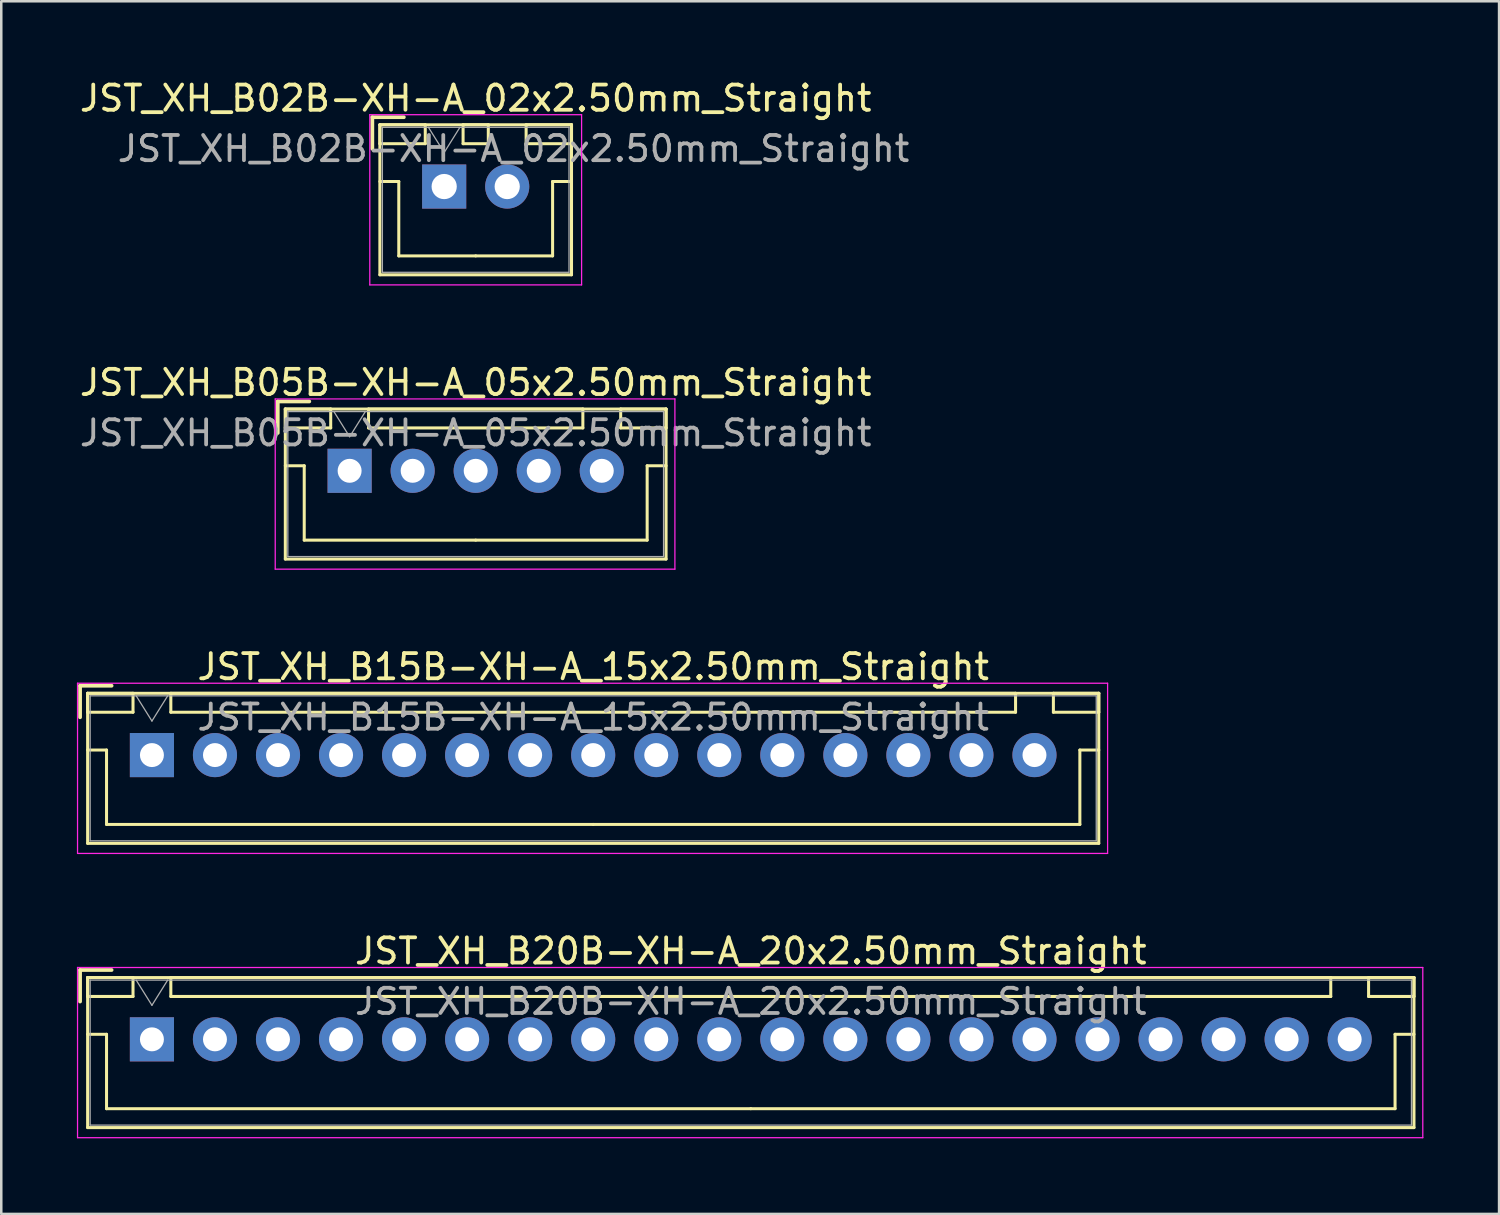
<source format=kicad_pcb>
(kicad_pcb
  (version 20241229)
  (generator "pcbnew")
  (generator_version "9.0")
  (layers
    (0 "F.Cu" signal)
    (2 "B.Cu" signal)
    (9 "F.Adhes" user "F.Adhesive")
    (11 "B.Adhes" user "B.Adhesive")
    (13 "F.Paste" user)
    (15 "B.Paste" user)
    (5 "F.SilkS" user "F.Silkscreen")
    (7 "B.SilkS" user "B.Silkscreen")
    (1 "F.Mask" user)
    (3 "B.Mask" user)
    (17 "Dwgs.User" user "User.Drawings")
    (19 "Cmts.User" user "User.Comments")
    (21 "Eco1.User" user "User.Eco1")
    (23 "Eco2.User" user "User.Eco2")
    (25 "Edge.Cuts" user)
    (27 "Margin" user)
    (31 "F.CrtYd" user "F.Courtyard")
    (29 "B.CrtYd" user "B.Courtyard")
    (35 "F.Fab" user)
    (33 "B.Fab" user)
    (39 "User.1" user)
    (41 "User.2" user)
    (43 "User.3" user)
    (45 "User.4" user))
  (footprint "JST_XH_B05B-XH-A_05x2.50mm_Straight"
    (layer "F.Cu")
    (at 10.815 15.621)
    (property "Reference" "JST_XH_B05B-XH-A_05x2.50mm_Straight" (at 5 -1.5 0) (layer "F.Fab") (effects (font (size 1 1) (thickness 0.15))))
    (attr through_hole)
    (fp_line (start -2.85 -2.75) (end -2.85 -1.5) (stroke (width 0.15) (type solid)) (layer "F.SilkS"))
    (fp_line (start -2.55 -2.45) (end -2.55 -1.7) (stroke (width 0.12) (type solid)) (layer "F.SilkS"))
    (fp_line (start -2.55 -2.45) (end -2.55 3.5) (stroke (width 0.12) (type solid)) (layer "F.SilkS"))
    (fp_line (start -2.55 -1.7) (end -0.75 -1.7) (stroke (width 0.12) (type solid)) (layer "F.SilkS"))
    (fp_line (start -2.55 -0.2) (end -1.8 -0.2) (stroke (width 0.12) (type solid)) (layer "F.SilkS"))
    (fp_line (start -2.55 3.5) (end 12.55 3.5) (stroke (width 0.12) (type solid)) (layer "F.SilkS"))
    (fp_line (start -1.8 -0.2) (end -1.8 2.75) (stroke (width 0.12) (type solid)) (layer "F.SilkS"))
    (fp_line (start -1.8 2.75) (end 5 2.75) (stroke (width 0.12) (type solid)) (layer "F.SilkS"))
    (fp_line (start -1.6 -2.75) (end -2.85 -2.75) (stroke (width 0.15) (type solid)) (layer "F.SilkS"))
    (fp_line (start -0.75 -2.45) (end -2.55 -2.45) (stroke (width 0.12) (type solid)) (layer "F.SilkS"))
    (fp_line (start -0.75 -1.7) (end -0.75 -2.45) (stroke (width 0.12) (type solid)) (layer "F.SilkS"))
    (fp_line (start 0.75 -2.45) (end 0.75 -1.7) (stroke (width 0.12) (type solid)) (layer "F.SilkS"))
    (fp_line (start 0.75 -1.7) (end 9.25 -1.7) (stroke (width 0.12) (type solid)) (layer "F.SilkS"))
    (fp_line (start 9.25 -2.45) (end 0.75 -2.45) (stroke (width 0.12) (type solid)) (layer "F.SilkS"))
    (fp_line (start 9.25 -1.7) (end 9.25 -2.45) (stroke (width 0.12) (type solid)) (layer "F.SilkS"))
    (fp_line (start 10.75 -2.45) (end 10.75 -1.7) (stroke (width 0.12) (type solid)) (layer "F.SilkS"))
    (fp_line (start 10.75 -1.7) (end 12.55 -1.7) (stroke (width 0.12) (type solid)) (layer "F.SilkS"))
    (fp_line (start 11.8 -0.2) (end 11.8 2.75) (stroke (width 0.12) (type solid)) (layer "F.SilkS"))
    (fp_line (start 11.8 2.75) (end 5 2.75) (stroke (width 0.12) (type solid)) (layer "F.SilkS"))
    (fp_line (start 12.55 -2.45) (end -2.55 -2.45) (stroke (width 0.12) (type solid)) (layer "F.SilkS"))
    (fp_line (start 12.55 -2.45) (end 10.75 -2.45) (stroke (width 0.12) (type solid)) (layer "F.SilkS"))
    (fp_line (start 12.55 -1.7) (end 12.55 -2.45) (stroke (width 0.12) (type solid)) (layer "F.SilkS"))
    (fp_line (start 12.55 -0.2) (end 11.8 -0.2) (stroke (width 0.12) (type solid)) (layer "F.SilkS"))
    (fp_line (start 12.55 3.5) (end 12.55 -2.45) (stroke (width 0.12) (type solid)) (layer "F.SilkS"))
    (fp_line (start -2.95 -2.85) (end -2.95 3.9) (stroke (width 0.05) (type solid)) (layer "F.CrtYd"))
    (fp_line (start -2.95 3.9) (end 12.9 3.9) (stroke (width 0.05) (type solid)) (layer "F.CrtYd"))
    (fp_line (start 12.9 -2.85) (end -2.95 -2.85) (stroke (width 0.05) (type solid)) (layer "F.CrtYd"))
    (fp_line (start 12.9 3.9) (end 12.9 -2.85) (stroke (width 0.05) (type solid)) (layer "F.CrtYd"))
    (fp_line (start -2.45 -2.35) (end -2.45 3.4) (stroke (width 0.05) (type solid)) (layer "F.Fab"))
    (fp_line (start -2.45 3.4) (end 12.45 3.4) (stroke (width 0.05) (type solid)) (layer "F.Fab"))
    (fp_line (start -0.625 -2.35) (end 0 -1.35) (stroke (width 0.05) (type solid)) (layer "F.Fab"))
    (fp_line (start 0 -1.35) (end 0.625 -2.35) (stroke (width 0.05) (type solid)) (layer "F.Fab"))
    (fp_line (start 12.45 -2.35) (end -2.45 -2.35) (stroke (width 0.05) (type solid)) (layer "F.Fab"))
    (fp_line (start 12.45 3.4) (end 12.45 -2.35) (stroke (width 0.05) (type solid)) (layer "F.Fab"))
    (fp_text user "${REFERENCE}" (at 5 -3.5 0) (layer "F.SilkS") (effects (font (size 1 1) (thickness 0.15))))
    (pad "1" thru_hole rect (at 0 0) (size 1.75 1.75) (drill 0.95) (layers "*.Cu" "*.Mask"))
    (pad "2" thru_hole circle (at 2.5 0) (size 1.75 1.75) (drill 0.95) (layers "*.Cu" "*.Mask"))
    (pad "3" thru_hole circle (at 5 0) (size 1.75 1.75) (drill 0.95) (layers "*.Cu" "*.Mask"))
    (pad "4" thru_hole circle (at 7.5 0) (size 1.75 1.75) (drill 0.95) (layers "*.Cu" "*.Mask"))
    (pad "5" thru_hole circle (at 10 0) (size 1.75 1.75) (drill 0.95) (layers "*.Cu" "*.Mask")))
  (footprint "JST_XH_B20B-XH-A_20x2.50mm_Straight"
    (layer "F.Cu")
    (at 2.975 38.168)
    (property "Reference" "JST_XH_B20B-XH-A_20x2.50mm_Straight" (at 23.75 -1.5 0) (layer "F.Fab") (effects (font (size 1 1) (thickness 0.15))))
    (attr through_hole)
    (fp_line (start -2.85 -2.75) (end -2.85 -1.5) (stroke (width 0.15) (type solid)) (layer "F.SilkS"))
    (fp_line (start -2.55 -2.45) (end -2.55 -1.7) (stroke (width 0.12) (type solid)) (layer "F.SilkS"))
    (fp_line (start -2.55 -2.45) (end -2.55 3.5) (stroke (width 0.12) (type solid)) (layer "F.SilkS"))
    (fp_line (start -2.55 -1.7) (end -0.75 -1.7) (stroke (width 0.12) (type solid)) (layer "F.SilkS"))
    (fp_line (start -2.55 -0.2) (end -1.8 -0.2) (stroke (width 0.12) (type solid)) (layer "F.SilkS"))
    (fp_line (start -2.55 3.5) (end 50.05 3.5) (stroke (width 0.12) (type solid)) (layer "F.SilkS"))
    (fp_line (start -1.8 -0.2) (end -1.8 2.75) (stroke (width 0.12) (type solid)) (layer "F.SilkS"))
    (fp_line (start -1.8 2.75) (end 23.75 2.75) (stroke (width 0.12) (type solid)) (layer "F.SilkS"))
    (fp_line (start -1.6 -2.75) (end -2.85 -2.75) (stroke (width 0.15) (type solid)) (layer "F.SilkS"))
    (fp_line (start -0.75 -2.45) (end -2.55 -2.45) (stroke (width 0.12) (type solid)) (layer "F.SilkS"))
    (fp_line (start -0.75 -1.7) (end -0.75 -2.45) (stroke (width 0.12) (type solid)) (layer "F.SilkS"))
    (fp_line (start 0.75 -2.45) (end 0.75 -1.7) (stroke (width 0.12) (type solid)) (layer "F.SilkS"))
    (fp_line (start 0.75 -1.7) (end 46.75 -1.7) (stroke (width 0.12) (type solid)) (layer "F.SilkS"))
    (fp_line (start 46.75 -2.45) (end 0.75 -2.45) (stroke (width 0.12) (type solid)) (layer "F.SilkS"))
    (fp_line (start 46.75 -1.7) (end 46.75 -2.45) (stroke (width 0.12) (type solid)) (layer "F.SilkS"))
    (fp_line (start 48.25 -2.45) (end 48.25 -1.7) (stroke (width 0.12) (type solid)) (layer "F.SilkS"))
    (fp_line (start 48.25 -1.7) (end 50.05 -1.7) (stroke (width 0.12) (type solid)) (layer "F.SilkS"))
    (fp_line (start 49.3 -0.2) (end 49.3 2.75) (stroke (width 0.12) (type solid)) (layer "F.SilkS"))
    (fp_line (start 49.3 2.75) (end 23.75 2.75) (stroke (width 0.12) (type solid)) (layer "F.SilkS"))
    (fp_line (start 50.05 -2.45) (end -2.55 -2.45) (stroke (width 0.12) (type solid)) (layer "F.SilkS"))
    (fp_line (start 50.05 -2.45) (end 48.25 -2.45) (stroke (width 0.12) (type solid)) (layer "F.SilkS"))
    (fp_line (start 50.05 -1.7) (end 50.05 -2.45) (stroke (width 0.12) (type solid)) (layer "F.SilkS"))
    (fp_line (start 50.05 -0.2) (end 49.3 -0.2) (stroke (width 0.12) (type solid)) (layer "F.SilkS"))
    (fp_line (start 50.05 3.5) (end 50.05 -2.45) (stroke (width 0.12) (type solid)) (layer "F.SilkS"))
    (fp_line (start -2.95 -2.85) (end -2.95 3.9) (stroke (width 0.05) (type solid)) (layer "F.CrtYd"))
    (fp_line (start -2.95 3.9) (end 50.4 3.9) (stroke (width 0.05) (type solid)) (layer "F.CrtYd"))
    (fp_line (start 50.4 -2.85) (end -2.95 -2.85) (stroke (width 0.05) (type solid)) (layer "F.CrtYd"))
    (fp_line (start 50.4 3.9) (end 50.4 -2.85) (stroke (width 0.05) (type solid)) (layer "F.CrtYd"))
    (fp_line (start -2.45 -2.35) (end -2.45 3.4) (stroke (width 0.05) (type solid)) (layer "F.Fab"))
    (fp_line (start -2.45 3.4) (end 49.95 3.4) (stroke (width 0.05) (type solid)) (layer "F.Fab"))
    (fp_line (start -0.625 -2.35) (end 0 -1.35) (stroke (width 0.05) (type solid)) (layer "F.Fab"))
    (fp_line (start 0 -1.35) (end 0.625 -2.35) (stroke (width 0.05) (type solid)) (layer "F.Fab"))
    (fp_line (start 49.95 -2.35) (end -2.45 -2.35) (stroke (width 0.05) (type solid)) (layer "F.Fab"))
    (fp_line (start 49.95 3.4) (end 49.95 -2.35) (stroke (width 0.05) (type solid)) (layer "F.Fab"))
    (fp_text user "${REFERENCE}" (at 23.75 -3.5 0) (layer "F.SilkS") (effects (font (size 1 1) (thickness 0.15))))
    (pad "1" thru_hole rect (at 0 0) (size 1.75 1.75) (drill 0.95) (layers "*.Cu" "*.Mask"))
    (pad "2" thru_hole circle (at 2.5 0) (size 1.75 1.75) (drill 0.95) (layers "*.Cu" "*.Mask"))
    (pad "3" thru_hole circle (at 5 0) (size 1.75 1.75) (drill 0.95) (layers "*.Cu" "*.Mask"))
    (pad "4" thru_hole circle (at 7.5 0) (size 1.75 1.75) (drill 0.95) (layers "*.Cu" "*.Mask"))
    (pad "5" thru_hole circle (at 10 0) (size 1.75 1.75) (drill 0.95) (layers "*.Cu" "*.Mask"))
    (pad "6" thru_hole circle (at 12.5 0) (size 1.75 1.75) (drill 0.95) (layers "*.Cu" "*.Mask"))
    (pad "7" thru_hole circle (at 15 0) (size 1.75 1.75) (drill 0.95) (layers "*.Cu" "*.Mask"))
    (pad "8" thru_hole circle (at 17.5 0) (size 1.75 1.75) (drill 0.95) (layers "*.Cu" "*.Mask"))
    (pad "9" thru_hole circle (at 20 0) (size 1.75 1.75) (drill 0.95) (layers "*.Cu" "*.Mask"))
    (pad "10" thru_hole circle (at 22.5 0) (size 1.75 1.75) (drill 0.95) (layers "*.Cu" "*.Mask"))
    (pad "11" thru_hole circle (at 25 0) (size 1.75 1.75) (drill 0.95) (layers "*.Cu" "*.Mask"))
    (pad "12" thru_hole circle (at 27.5 0) (size 1.75 1.75) (drill 0.95) (layers "*.Cu" "*.Mask"))
    (pad "13" thru_hole circle (at 30 0) (size 1.75 1.75) (drill 0.95) (layers "*.Cu" "*.Mask"))
    (pad "14" thru_hole circle (at 32.5 0) (size 1.75 1.75) (drill 0.95) (layers "*.Cu" "*.Mask"))
    (pad "15" thru_hole circle (at 35 0) (size 1.75 1.75) (drill 0.95) (layers "*.Cu" "*.Mask"))
    (pad "16" thru_hole circle (at 37.5 0) (size 1.75 1.75) (drill 0.95) (layers "*.Cu" "*.Mask"))
    (pad "17" thru_hole circle (at 40 0) (size 1.75 1.75) (drill 0.95) (layers "*.Cu" "*.Mask"))
    (pad "18" thru_hole circle (at 42.5 0) (size 1.75 1.75) (drill 0.95) (layers "*.Cu" "*.Mask"))
    (pad "19" thru_hole circle (at 45 0) (size 1.75 1.75) (drill 0.95) (layers "*.Cu" "*.Mask"))
    (pad "20" thru_hole circle (at 47.5 0) (size 1.75 1.75) (drill 0.95) (layers "*.Cu" "*.Mask")))
  (footprint "JST_XH_B02B-XH-A_02x2.50mm_Straight"
    (layer "F.Cu")
    (at 14.565 4.348)
    (property "Reference" "JST_XH_B02B-XH-A_02x2.50mm_Straight" (at 2.75 -1.5 0) (layer "F.Fab") (effects (font (size 1 1) (thickness 0.15))))
    (attr through_hole)
    (fp_line (start -2.85 -2.75) (end -2.85 -1.5) (stroke (width 0.15) (type solid)) (layer "F.SilkS"))
    (fp_line (start -2.55 -2.45) (end -2.55 -1.7) (stroke (width 0.12) (type solid)) (layer "F.SilkS"))
    (fp_line (start -2.55 -2.45) (end -2.55 3.5) (stroke (width 0.12) (type solid)) (layer "F.SilkS"))
    (fp_line (start -2.55 -1.7) (end -0.75 -1.7) (stroke (width 0.12) (type solid)) (layer "F.SilkS"))
    (fp_line (start -2.55 -0.2) (end -1.8 -0.2) (stroke (width 0.12) (type solid)) (layer "F.SilkS"))
    (fp_line (start -2.55 3.5) (end 5.05 3.5) (stroke (width 0.12) (type solid)) (layer "F.SilkS"))
    (fp_line (start -1.8 -0.2) (end -1.8 2.75) (stroke (width 0.12) (type solid)) (layer "F.SilkS"))
    (fp_line (start -1.8 2.75) (end 1.25 2.75) (stroke (width 0.12) (type solid)) (layer "F.SilkS"))
    (fp_line (start -1.6 -2.75) (end -2.85 -2.75) (stroke (width 0.15) (type solid)) (layer "F.SilkS"))
    (fp_line (start -0.75 -2.45) (end -2.55 -2.45) (stroke (width 0.12) (type solid)) (layer "F.SilkS"))
    (fp_line (start -0.75 -1.7) (end -0.75 -2.45) (stroke (width 0.12) (type solid)) (layer "F.SilkS"))
    (fp_line (start 0.75 -2.45) (end 0.75 -1.7) (stroke (width 0.12) (type solid)) (layer "F.SilkS"))
    (fp_line (start 0.75 -1.7) (end 1.75 -1.7) (stroke (width 0.12) (type solid)) (layer "F.SilkS"))
    (fp_line (start 1.75 -2.45) (end 0.75 -2.45) (stroke (width 0.12) (type solid)) (layer "F.SilkS"))
    (fp_line (start 1.75 -1.7) (end 1.75 -2.45) (stroke (width 0.12) (type solid)) (layer "F.SilkS"))
    (fp_line (start 3.25 -2.45) (end 3.25 -1.7) (stroke (width 0.12) (type solid)) (layer "F.SilkS"))
    (fp_line (start 3.25 -1.7) (end 5.05 -1.7) (stroke (width 0.12) (type solid)) (layer "F.SilkS"))
    (fp_line (start 4.3 -0.2) (end 4.3 2.75) (stroke (width 0.12) (type solid)) (layer "F.SilkS"))
    (fp_line (start 4.3 2.75) (end 1.25 2.75) (stroke (width 0.12) (type solid)) (layer "F.SilkS"))
    (fp_line (start 5.05 -2.45) (end -2.55 -2.45) (stroke (width 0.12) (type solid)) (layer "F.SilkS"))
    (fp_line (start 5.05 -2.45) (end 3.25 -2.45) (stroke (width 0.12) (type solid)) (layer "F.SilkS"))
    (fp_line (start 5.05 -1.7) (end 5.05 -2.45) (stroke (width 0.12) (type solid)) (layer "F.SilkS"))
    (fp_line (start 5.05 -0.2) (end 4.3 -0.2) (stroke (width 0.12) (type solid)) (layer "F.SilkS"))
    (fp_line (start 5.05 3.5) (end 5.05 -2.45) (stroke (width 0.12) (type solid)) (layer "F.SilkS"))
    (fp_line (start -2.95 -2.85) (end -2.95 3.9) (stroke (width 0.05) (type solid)) (layer "F.CrtYd"))
    (fp_line (start -2.95 3.9) (end 5.45 3.9) (stroke (width 0.05) (type solid)) (layer "F.CrtYd"))
    (fp_line (start 5.45 -2.85) (end -2.95 -2.85) (stroke (width 0.05) (type solid)) (layer "F.CrtYd"))
    (fp_line (start 5.45 3.9) (end 5.45 -2.85) (stroke (width 0.05) (type solid)) (layer "F.CrtYd"))
    (fp_line (start -2.45 -2.35) (end -2.45 3.4) (stroke (width 0.05) (type solid)) (layer "F.Fab"))
    (fp_line (start -2.45 3.4) (end 4.95 3.4) (stroke (width 0.05) (type solid)) (layer "F.Fab"))
    (fp_line (start -0.625 -2.35) (end 0 -1.35) (stroke (width 0.05) (type solid)) (layer "F.Fab"))
    (fp_line (start 0 -1.35) (end 0.625 -2.35) (stroke (width 0.05) (type solid)) (layer "F.Fab"))
    (fp_line (start 4.95 -2.35) (end -2.45 -2.35) (stroke (width 0.05) (type solid)) (layer "F.Fab"))
    (fp_line (start 4.95 3.4) (end 4.95 -2.35) (stroke (width 0.05) (type solid)) (layer "F.Fab"))
    (fp_text user "${REFERENCE}" (at 1.25 -3.5 0) (layer "F.SilkS") (effects (font (size 1 1) (thickness 0.15))))
    (pad "1" thru_hole rect (at 0 0) (size 1.75 1.75) (drill 1) (layers "*.Cu" "*.Mask"))
    (pad "2" thru_hole circle (at 2.5 0) (size 1.75 1.75) (drill 1) (layers "*.Cu" "*.Mask")))
  (footprint "JST_XH_B15B-XH-A_15x2.50mm_Straight"
    (layer "F.Cu")
    (at 2.975 26.895)
    (property "Reference" "JST_XH_B15B-XH-A_15x2.50mm_Straight" (at 17.5 -1.5 0) (layer "F.Fab") (effects (font (size 1 1) (thickness 0.15))))
    (attr through_hole)
    (fp_line (start -2.85 -2.75) (end -2.85 -1.5) (stroke (width 0.15) (type solid)) (layer "F.SilkS"))
    (fp_line (start -2.55 -2.45) (end -2.55 -1.7) (stroke (width 0.12) (type solid)) (layer "F.SilkS"))
    (fp_line (start -2.55 -2.45) (end -2.55 3.5) (stroke (width 0.12) (type solid)) (layer "F.SilkS"))
    (fp_line (start -2.55 -1.7) (end -0.75 -1.7) (stroke (width 0.12) (type solid)) (layer "F.SilkS"))
    (fp_line (start -2.55 -0.2) (end -1.8 -0.2) (stroke (width 0.12) (type solid)) (layer "F.SilkS"))
    (fp_line (start -2.55 3.5) (end 37.55 3.5) (stroke (width 0.12) (type solid)) (layer "F.SilkS"))
    (fp_line (start -1.8 -0.2) (end -1.8 2.75) (stroke (width 0.12) (type solid)) (layer "F.SilkS"))
    (fp_line (start -1.8 2.75) (end 17.5 2.75) (stroke (width 0.12) (type solid)) (layer "F.SilkS"))
    (fp_line (start -1.6 -2.75) (end -2.85 -2.75) (stroke (width 0.15) (type solid)) (layer "F.SilkS"))
    (fp_line (start -0.75 -2.45) (end -2.55 -2.45) (stroke (width 0.12) (type solid)) (layer "F.SilkS"))
    (fp_line (start -0.75 -1.7) (end -0.75 -2.45) (stroke (width 0.12) (type solid)) (layer "F.SilkS"))
    (fp_line (start 0.75 -2.45) (end 0.75 -1.7) (stroke (width 0.12) (type solid)) (layer "F.SilkS"))
    (fp_line (start 0.75 -1.7) (end 34.25 -1.7) (stroke (width 0.12) (type solid)) (layer "F.SilkS"))
    (fp_line (start 34.25 -2.45) (end 0.75 -2.45) (stroke (width 0.12) (type solid)) (layer "F.SilkS"))
    (fp_line (start 34.25 -1.7) (end 34.25 -2.45) (stroke (width 0.12) (type solid)) (layer "F.SilkS"))
    (fp_line (start 35.75 -2.45) (end 35.75 -1.7) (stroke (width 0.12) (type solid)) (layer "F.SilkS"))
    (fp_line (start 35.75 -1.7) (end 37.55 -1.7) (stroke (width 0.12) (type solid)) (layer "F.SilkS"))
    (fp_line (start 36.8 -0.2) (end 36.8 2.75) (stroke (width 0.12) (type solid)) (layer "F.SilkS"))
    (fp_line (start 36.8 2.75) (end 17.5 2.75) (stroke (width 0.12) (type solid)) (layer "F.SilkS"))
    (fp_line (start 37.55 -2.45) (end -2.55 -2.45) (stroke (width 0.12) (type solid)) (layer "F.SilkS"))
    (fp_line (start 37.55 -2.45) (end 35.75 -2.45) (stroke (width 0.12) (type solid)) (layer "F.SilkS"))
    (fp_line (start 37.55 -1.7) (end 37.55 -2.45) (stroke (width 0.12) (type solid)) (layer "F.SilkS"))
    (fp_line (start 37.55 -0.2) (end 36.8 -0.2) (stroke (width 0.12) (type solid)) (layer "F.SilkS"))
    (fp_line (start 37.55 3.5) (end 37.55 -2.45) (stroke (width 0.12) (type solid)) (layer "F.SilkS"))
    (fp_line (start -2.95 -2.85) (end -2.95 3.9) (stroke (width 0.05) (type solid)) (layer "F.CrtYd"))
    (fp_line (start -2.95 3.9) (end 37.9 3.9) (stroke (width 0.05) (type solid)) (layer "F.CrtYd"))
    (fp_line (start 37.9 -2.85) (end -2.95 -2.85) (stroke (width 0.05) (type solid)) (layer "F.CrtYd"))
    (fp_line (start 37.9 3.9) (end 37.9 -2.85) (stroke (width 0.05) (type solid)) (layer "F.CrtYd"))
    (fp_line (start -2.45 -2.35) (end -2.45 3.4) (stroke (width 0.05) (type solid)) (layer "F.Fab"))
    (fp_line (start -2.45 3.4) (end 37.45 3.4) (stroke (width 0.05) (type solid)) (layer "F.Fab"))
    (fp_line (start -0.625 -2.35) (end 0 -1.35) (stroke (width 0.05) (type solid)) (layer "F.Fab"))
    (fp_line (start 0 -1.35) (end 0.625 -2.35) (stroke (width 0.05) (type solid)) (layer "F.Fab"))
    (fp_line (start 37.45 -2.35) (end -2.45 -2.35) (stroke (width 0.05) (type solid)) (layer "F.Fab"))
    (fp_line (start 37.45 3.4) (end 37.45 -2.35) (stroke (width 0.05) (type solid)) (layer "F.Fab"))
    (fp_text user "${REFERENCE}" (at 17.5 -3.5 0) (layer "F.SilkS") (effects (font (size 1 1) (thickness 0.15))))
    (pad "1" thru_hole rect (at 0 0) (size 1.75 1.75) (drill 0.95) (layers "*.Cu" "*.Mask"))
    (pad "2" thru_hole circle (at 2.5 0) (size 1.75 1.75) (drill 0.95) (layers "*.Cu" "*.Mask"))
    (pad "3" thru_hole circle (at 5 0) (size 1.75 1.75) (drill 0.95) (layers "*.Cu" "*.Mask"))
    (pad "4" thru_hole circle (at 7.5 0) (size 1.75 1.75) (drill 0.95) (layers "*.Cu" "*.Mask"))
    (pad "5" thru_hole circle (at 10 0) (size 1.75 1.75) (drill 0.95) (layers "*.Cu" "*.Mask"))
    (pad "6" thru_hole circle (at 12.5 0) (size 1.75 1.75) (drill 0.95) (layers "*.Cu" "*.Mask"))
    (pad "7" thru_hole circle (at 15 0) (size 1.75 1.75) (drill 0.95) (layers "*.Cu" "*.Mask"))
    (pad "8" thru_hole circle (at 17.5 0) (size 1.75 1.75) (drill 0.95) (layers "*.Cu" "*.Mask"))
    (pad "9" thru_hole circle (at 20 0) (size 1.75 1.75) (drill 0.95) (layers "*.Cu" "*.Mask"))
    (pad "10" thru_hole circle (at 22.5 0) (size 1.75 1.75) (drill 0.95) (layers "*.Cu" "*.Mask"))
    (pad "11" thru_hole circle (at 25 0) (size 1.75 1.75) (drill 0.95) (layers "*.Cu" "*.Mask"))
    (pad "12" thru_hole circle (at 27.5 0) (size 1.75 1.75) (drill 0.95) (layers "*.Cu" "*.Mask"))
    (pad "13" thru_hole circle (at 30 0) (size 1.75 1.75) (drill 0.95) (layers "*.Cu" "*.Mask"))
    (pad "14" thru_hole circle (at 32.5 0) (size 1.75 1.75) (drill 0.95) (layers "*.Cu" "*.Mask"))
    (pad "15" thru_hole circle (at 35 0) (size 1.75 1.75) (drill 0.95) (layers "*.Cu" "*.Mask")))
  (gr_rect
    (start -3 -3)
    (end 56.4 45.093)
    (stroke (width 0.1) (type default))
    (fill no)
    (layer "Edge.Cuts")))
</source>
